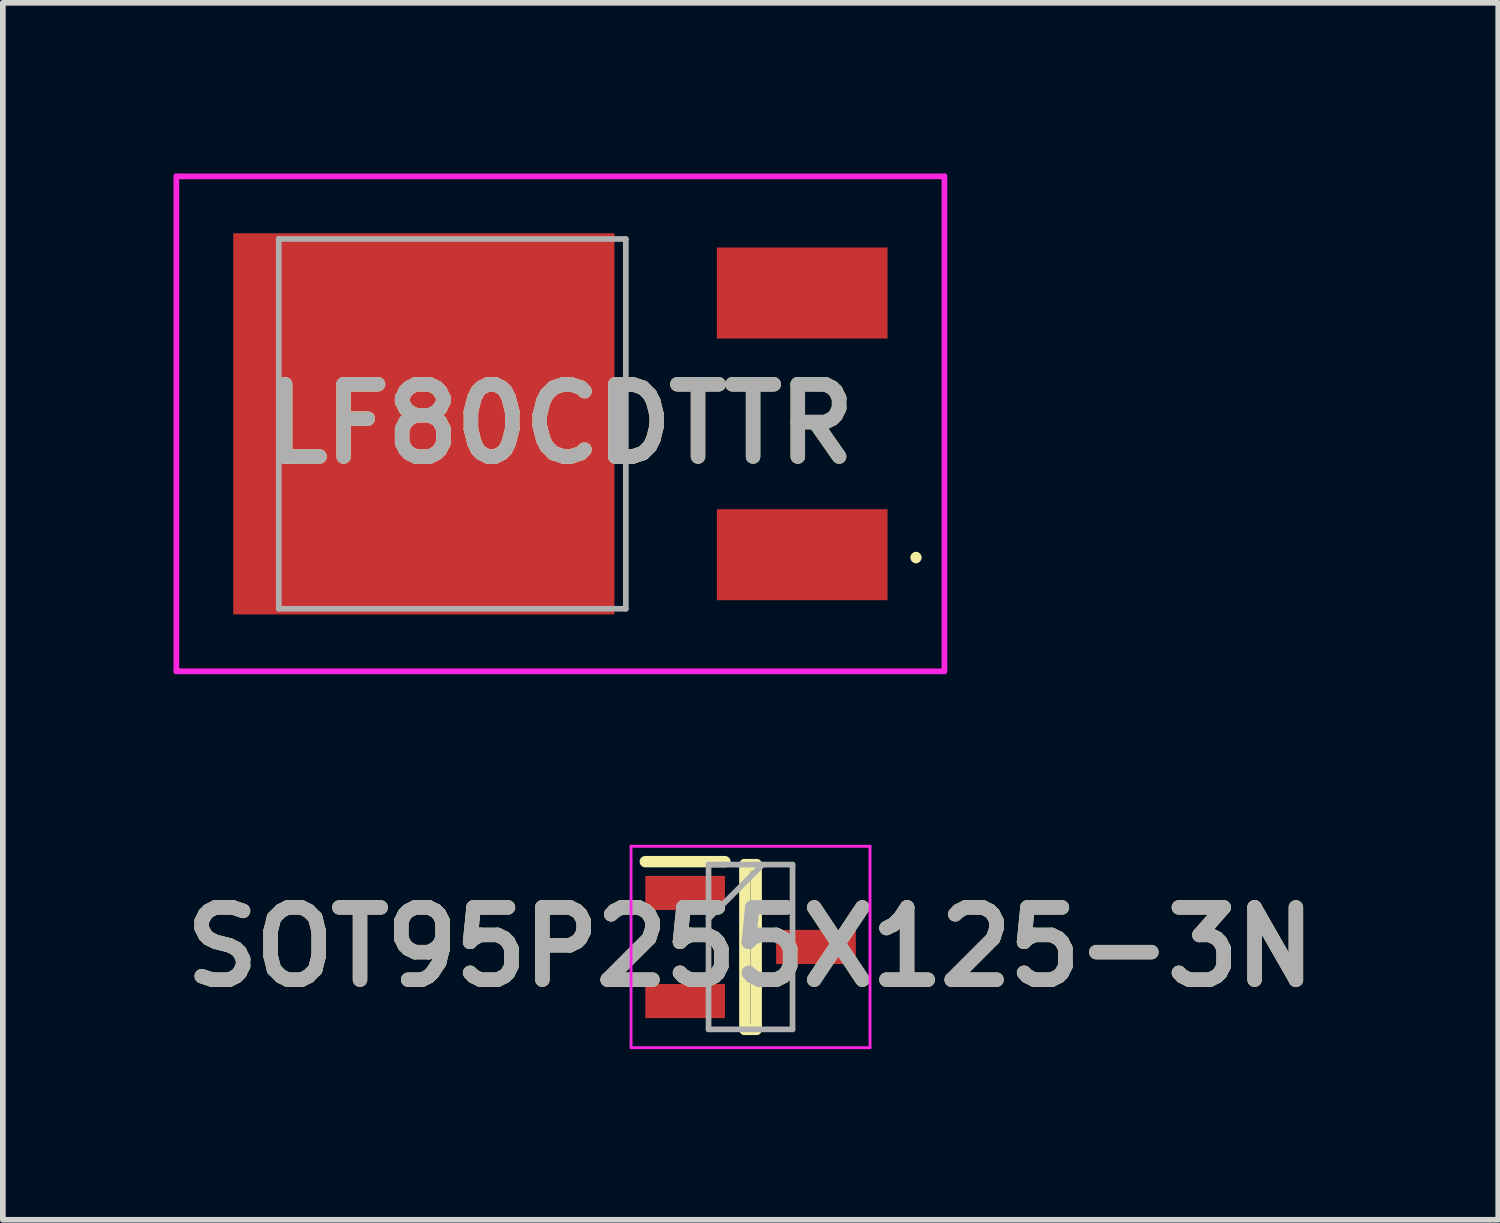
<source format=kicad_pcb>
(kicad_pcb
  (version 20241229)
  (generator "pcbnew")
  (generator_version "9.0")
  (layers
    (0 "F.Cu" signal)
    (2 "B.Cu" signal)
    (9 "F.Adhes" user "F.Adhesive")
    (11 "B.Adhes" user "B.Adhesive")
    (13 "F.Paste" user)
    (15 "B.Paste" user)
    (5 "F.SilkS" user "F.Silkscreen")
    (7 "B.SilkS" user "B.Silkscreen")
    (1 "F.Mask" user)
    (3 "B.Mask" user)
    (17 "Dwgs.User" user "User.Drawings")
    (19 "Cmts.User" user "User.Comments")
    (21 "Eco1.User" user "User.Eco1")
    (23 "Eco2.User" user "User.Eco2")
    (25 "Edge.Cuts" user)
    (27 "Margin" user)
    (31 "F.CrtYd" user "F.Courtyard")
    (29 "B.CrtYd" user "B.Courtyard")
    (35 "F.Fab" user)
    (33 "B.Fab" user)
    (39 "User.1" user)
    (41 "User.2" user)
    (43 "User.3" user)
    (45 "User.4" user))
  (footprint "SOT95P255X125-3N"
    (layer "F.Cu")
    (at 10.142 13.595)
    (property "Reference" "SOT95P255X125-3N" (at 0 0 0) (layer "F.SilkS") (effects (font (size 1.27 1.27) (thickness 0.254))))
    (attr smd)
    (fp_line (start -1.85 -1.5) (end -0.45 -1.5) (stroke (width 0.2) (type solid)) (layer "F.SilkS"))
    (fp_line (start -0.1 -1.448) (end 0.1 -1.448) (stroke (width 0.2) (type solid)) (layer "F.SilkS"))
    (fp_line (start -0.1 1.448) (end -0.1 -1.448) (stroke (width 0.2) (type solid)) (layer "F.SilkS"))
    (fp_line (start 0.1 -1.448) (end 0.1 1.448) (stroke (width 0.2) (type solid)) (layer "F.SilkS"))
    (fp_line (start 0.1 1.448) (end -0.1 1.448) (stroke (width 0.2) (type solid)) (layer "F.SilkS"))
    (fp_line (start -2.1 -1.77) (end 2.1 -1.77) (stroke (width 0.05) (type solid)) (layer "F.CrtYd"))
    (fp_line (start -2.1 1.77) (end -2.1 -1.77) (stroke (width 0.05) (type solid)) (layer "F.CrtYd"))
    (fp_line (start 2.1 -1.77) (end 2.1 1.77) (stroke (width 0.05) (type solid)) (layer "F.CrtYd"))
    (fp_line (start 2.1 1.77) (end -2.1 1.77) (stroke (width 0.05) (type solid)) (layer "F.CrtYd"))
    (fp_line (start -0.738 -1.448) (end 0.738 -1.448) (stroke (width 0.1) (type solid)) (layer "F.Fab"))
    (fp_line (start -0.738 -0.498) (end 0.212 -1.448) (stroke (width 0.1) (type solid)) (layer "F.Fab"))
    (fp_line (start -0.738 1.448) (end -0.738 -1.448) (stroke (width 0.1) (type solid)) (layer "F.Fab"))
    (fp_line (start 0.738 -1.448) (end 0.738 1.448) (stroke (width 0.1) (type solid)) (layer "F.Fab"))
    (fp_line (start 0.738 1.448) (end -0.738 1.448) (stroke (width 0.1) (type solid)) (layer "F.Fab"))
    (fp_text user "${REFERENCE}" (at 0 0 0) (layer "F.Fab") (effects (font (size 1.27 1.27) (thickness 0.254))))
    (pad "1" smd rect (at -1.15 -0.95 90) (size 0.6 1.4) (layers "F.Cu" "F.Mask" "F.Paste"))
    (pad "2" smd rect (at -1.15 0.95 90) (size 0.6 1.4) (layers "F.Cu" "F.Mask" "F.Paste"))
    (pad "3" smd rect (at 1.15 0 90) (size 0.6 1.4) (layers "F.Cu" "F.Mask" "F.Paste")))
  (footprint "LF80CDTTR"
    (layer "F.Cu")
    (at 6.45 4.4)
    (property "Reference" "LF80CDTTR" (at 0.35 0 0) (layer "F.SilkS") (effects (font (size 1.27 1.27) (thickness 0.254))))
    (attr smd)
    (fp_line (start 6.6 2.3) (end 6.6 2.3) (stroke (width 0.1) (type solid)) (layer "F.SilkS"))
    (fp_line (start 6.6 2.4) (end 6.6 2.4) (stroke (width 0.1) (type solid)) (layer "F.SilkS"))
    (fp_arc (start 6.6 2.3) (mid 6.65 2.35) (end 6.6 2.4) (stroke (width 0.1) (type solid)) (layer "F.SilkS"))
    (fp_arc (start 6.6 2.4) (mid 6.55 2.35) (end 6.6 2.3) (stroke (width 0.1) (type solid)) (layer "F.SilkS"))
    (fp_line (start -6.4 -4.35) (end 7.1 -4.35) (stroke (width 0.1) (type solid)) (layer "F.CrtYd"))
    (fp_line (start -6.4 4.35) (end -6.4 -4.35) (stroke (width 0.1) (type solid)) (layer "F.CrtYd"))
    (fp_line (start 7.1 -4.35) (end 7.1 4.35) (stroke (width 0.1) (type solid)) (layer "F.CrtYd"))
    (fp_line (start 7.1 4.35) (end -6.4 4.35) (stroke (width 0.1) (type solid)) (layer "F.CrtYd"))
    (fp_line (start -4.6 -3.25) (end 1.5 -3.25) (stroke (width 0.1) (type solid)) (layer "F.Fab"))
    (fp_line (start -4.6 3.25) (end -4.6 -3.25) (stroke (width 0.1) (type solid)) (layer "F.Fab"))
    (fp_line (start 1.5 -3.25) (end 1.5 3.25) (stroke (width 0.1) (type solid)) (layer "F.Fab"))
    (fp_line (start 1.5 3.25) (end -4.6 3.25) (stroke (width 0.1) (type solid)) (layer "F.Fab"))
    (fp_text user "${REFERENCE}" (at 0.35 0 0) (layer "F.Fab") (effects (font (size 1.27 1.27) (thickness 0.254))))
    (pad "1" smd rect (at 4.6 2.3 90) (size 1.6 3) (layers "F.Cu" "F.Mask" "F.Paste"))
    (pad "2" smd rect (at -2.05 0 90) (size 6.7 6.7) (layers "F.Cu" "F.Mask" "F.Paste"))
    (pad "3" smd rect (at 4.6 -2.3 90) (size 1.6 3) (layers "F.Cu" "F.Mask" "F.Paste")))
  (gr_rect
    (start -3 -3)
    (end 23.284 18.39)
    (stroke (width 0.1) (type default))
    (fill no)
    (layer "Edge.Cuts")))
</source>
